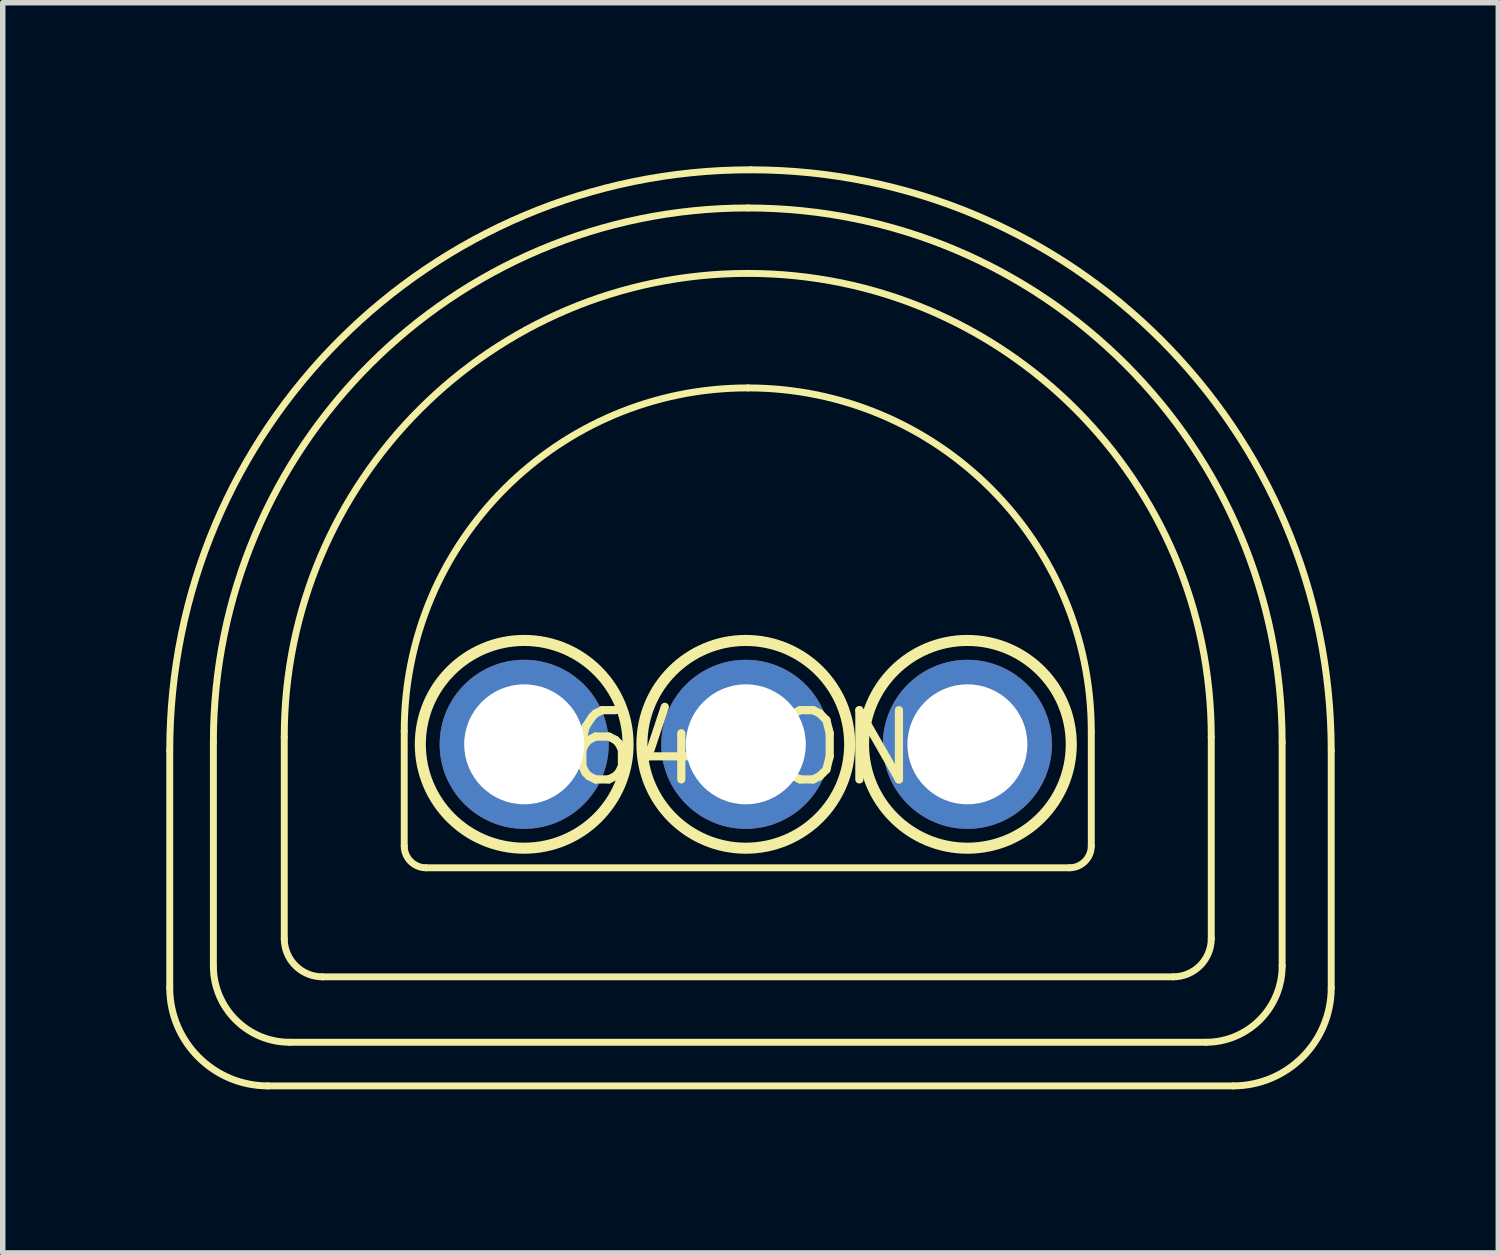
<source format=kicad_pcb>
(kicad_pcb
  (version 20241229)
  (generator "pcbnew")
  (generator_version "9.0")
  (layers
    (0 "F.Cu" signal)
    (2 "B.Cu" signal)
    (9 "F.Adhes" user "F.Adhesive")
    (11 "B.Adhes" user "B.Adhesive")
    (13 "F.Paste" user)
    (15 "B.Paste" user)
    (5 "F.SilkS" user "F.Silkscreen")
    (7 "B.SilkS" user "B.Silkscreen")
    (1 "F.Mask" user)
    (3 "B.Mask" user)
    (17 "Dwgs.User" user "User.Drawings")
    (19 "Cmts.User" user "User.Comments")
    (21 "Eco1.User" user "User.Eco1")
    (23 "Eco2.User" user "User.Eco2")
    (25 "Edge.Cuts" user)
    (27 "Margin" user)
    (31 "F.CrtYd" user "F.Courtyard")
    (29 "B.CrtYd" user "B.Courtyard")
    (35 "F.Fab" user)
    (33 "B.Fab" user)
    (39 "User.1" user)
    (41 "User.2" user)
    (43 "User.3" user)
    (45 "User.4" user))
  (footprint "N64CONN"
    (layer "F.Cu")
    (at 10.563 10.664)
    (property "Reference" "N64CONN" (at 0 0 0) (unlocked yes) (layer "F.SilkS") (effects (font (size 1.27 1.27) (thickness 0.15))))
    (fp_line (start -10.5 4.4) (end -10.5 0.05) (stroke (width 0.127) (type solid)) (layer "F.SilkS"))
    (fp_line (start -9.7 4) (end -9.7 -0.1) (stroke (width 0.127) (type solid)) (layer "F.SilkS"))
    (fp_line (start -8.7 6.2) (end 9 6.2) (stroke (width 0.127) (type solid)) (layer "F.SilkS"))
    (fp_line (start -8.4 3.5) (end -8.4 -0.2) (stroke (width 0.127) (type solid)) (layer "F.SilkS"))
    (fp_line (start -8.3 5.4) (end 8.5 5.4) (stroke (width 0.127) (type solid)) (layer "F.SilkS"))
    (fp_line (start -7.7 4.2) (end 7.9 4.2) (stroke (width 0.127) (type solid)) (layer "F.SilkS"))
    (fp_line (start -6.2 1.8) (end -6.2 -0.3) (stroke (width 0.127) (type solid)) (layer "F.SilkS"))
    (fp_line (start -5.8 2.2) (end 6 2.2) (stroke (width 0.127) (type solid)) (layer "F.SilkS"))
    (fp_line (start 6.4 1.8) (end 6.4 -0.3) (stroke (width 0.127) (type solid)) (layer "F.SilkS"))
    (fp_line (start 8.6 3.5) (end 8.6 -0.2) (stroke (width 0.127) (type solid)) (layer "F.SilkS"))
    (fp_line (start 9.9 4) (end 9.9 -0.1) (stroke (width 0.127) (type solid)) (layer "F.SilkS"))
    (fp_line (start 10.8 4.4) (end 10.8 0.05) (stroke (width 0.127) (type solid)) (layer "F.SilkS"))
    (fp_arc (start -10.5 0.05) (mid -7.380687 -7.480687) (end 0.15 -10.6) (stroke (width 0.127) (type solid)) (layer "F.SilkS"))
    (fp_arc (start -9.7 -0.1) (mid -6.829646 -7.029646) (end 0.1 -9.9) (stroke (width 0.127) (type solid)) (layer "F.SilkS"))
    (fp_arc (start -8.7 6.2) (mid -9.972792 5.672792) (end -10.5 4.4) (stroke (width 0.127) (type solid)) (layer "F.SilkS"))
    (fp_arc (start -8.4 -0.2) (mid -5.910407 -6.210407) (end 0.100001 -8.699999) (stroke (width 0.127) (type solid)) (layer "F.SilkS"))
    (fp_arc (start -8.3 5.4) (mid -9.289949 4.989949) (end -9.7 4) (stroke (width 0.127) (type solid)) (layer "F.SilkS"))
    (fp_arc (start -7.7 4.2) (mid -8.194975 3.994975) (end -8.4 3.5) (stroke (width 0.127) (type solid)) (layer "F.SilkS"))
    (fp_arc (start -6.2 -0.3) (mid -4.354772 -4.754772) (end 0.100001 -6.599999) (stroke (width 0.127) (type solid)) (layer "F.SilkS"))
    (fp_arc (start -5.8 2.2) (mid -6.082843 2.082843) (end -6.2 1.8) (stroke (width 0.127) (type solid)) (layer "F.SilkS"))
    (fp_arc (start 0.099998 -8.7) (mid 6.110407 -6.210408) (end 8.6 -0.2) (stroke (width 0.127) (type solid)) (layer "F.SilkS"))
    (fp_arc (start 0.099998 -6.6) (mid 4.554772 -4.754773) (end 6.4 -0.3) (stroke (width 0.127) (type solid)) (layer "F.SilkS"))
    (fp_arc (start 0.1 -9.9) (mid 7.029646 -7.029646) (end 9.9 -0.1) (stroke (width 0.127) (type solid)) (layer "F.SilkS"))
    (fp_arc (start 0.149999 -10.600001) (mid 7.680687 -7.480688) (end 10.8 0.05) (stroke (width 0.127) (type solid)) (layer "F.SilkS"))
    (fp_arc (start 6.4 1.8) (mid 6.282843 2.082843) (end 6 2.2) (stroke (width 0.127) (type solid)) (layer "F.SilkS"))
    (fp_arc (start 8.6 3.5) (mid 8.394975 3.994975) (end 7.9 4.2) (stroke (width 0.127) (type solid)) (layer "F.SilkS"))
    (fp_arc (start 9.9 4) (mid 9.489949 4.989949) (end 8.5 5.4) (stroke (width 0.127) (type solid)) (layer "F.SilkS"))
    (fp_arc (start 10.8 4.4) (mid 10.272792 5.672792) (end 9 6.2) (stroke (width 0.127) (type solid)) (layer "F.SilkS"))
    (fp_circle (center -4 -0.064) (end -2.095 -0.064) (stroke (width 0.203) (type solid)) (fill no) (layer "F.SilkS"))
    (fp_circle (center 0.064 -0.064) (end 1.969 -0.064) (stroke (width 0.203) (type solid)) (fill no) (layer "F.SilkS"))
    (fp_circle (center 4.128 -0.064) (end 6.033 -0.064) (stroke (width 0.203) (type solid)) (fill no) (layer "F.SilkS"))
    (pad "3.6V" thru_hole circle (at -4 -0.064) (size 3.1 3.1) (drill 2.2) (layers "*.Cu" "*.Mask"))
    (pad "DATA" thru_hole circle (at 0.064 -0.064) (size 3.1 3.1) (drill 2.2) (layers "*.Cu" "*.Mask"))
    (pad "GND" thru_hole circle (at 4.128 -0.064) (size 3.1 3.1) (drill 2.2) (layers "*.Cu" "*.Mask")))
  (gr_rect
    (start -3 -3)
    (end 24.427 19.927)
    (stroke (width 0.1) (type default))
    (fill no)
    (layer "Edge.Cuts")))
</source>
